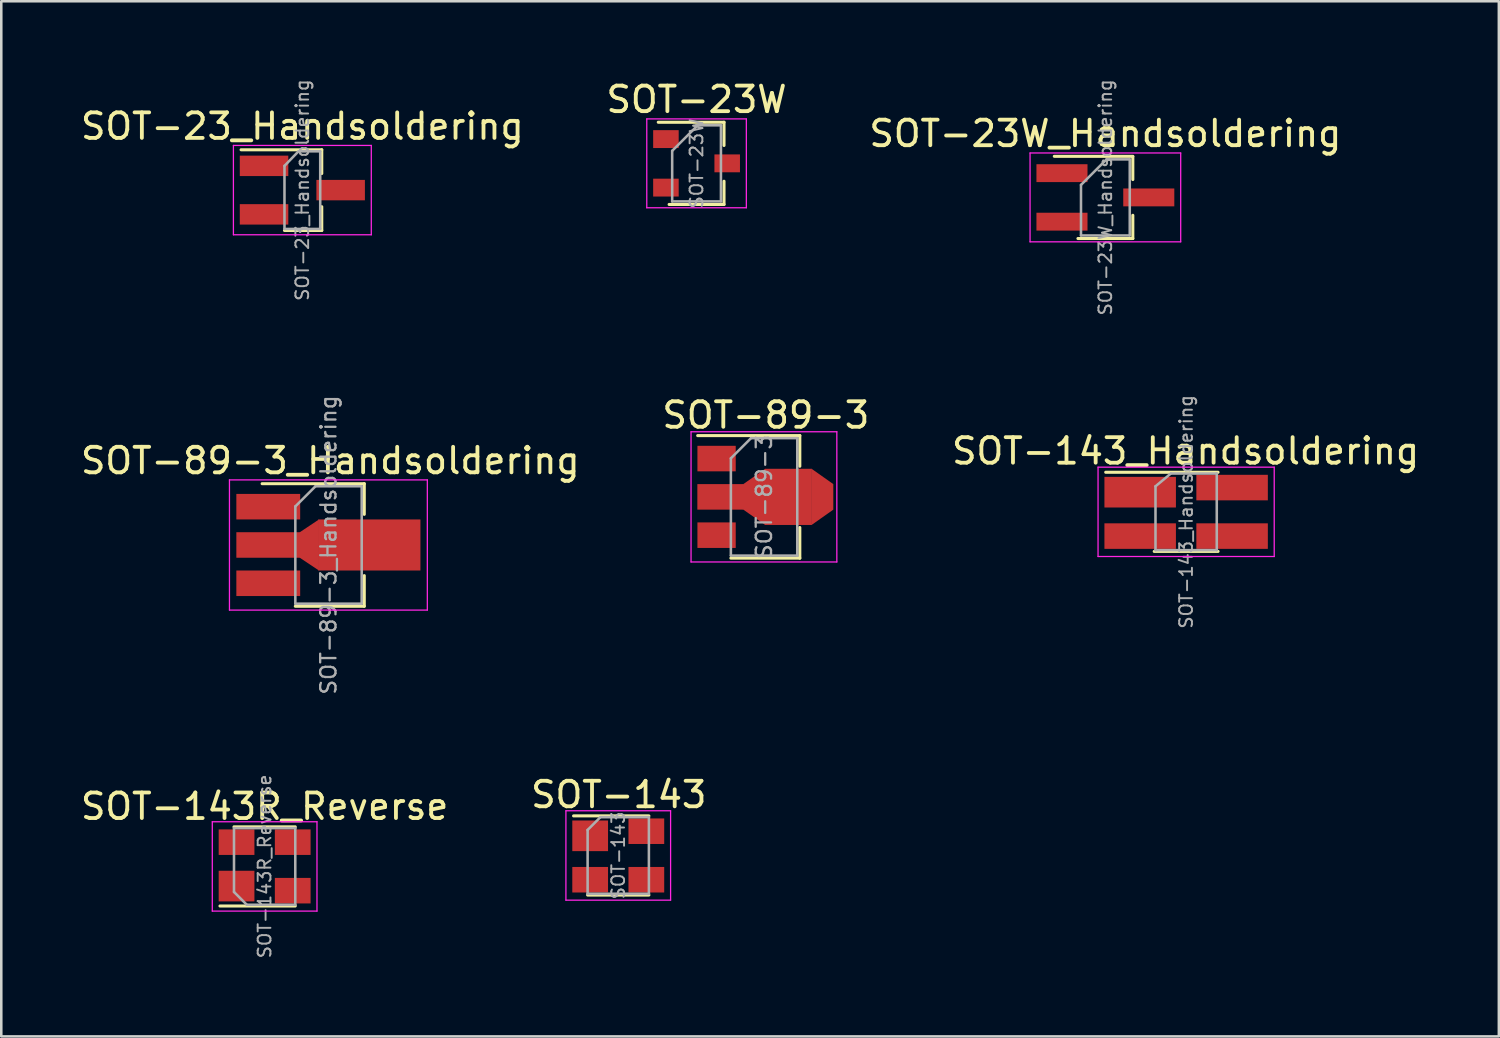
<source format=kicad_pcb>
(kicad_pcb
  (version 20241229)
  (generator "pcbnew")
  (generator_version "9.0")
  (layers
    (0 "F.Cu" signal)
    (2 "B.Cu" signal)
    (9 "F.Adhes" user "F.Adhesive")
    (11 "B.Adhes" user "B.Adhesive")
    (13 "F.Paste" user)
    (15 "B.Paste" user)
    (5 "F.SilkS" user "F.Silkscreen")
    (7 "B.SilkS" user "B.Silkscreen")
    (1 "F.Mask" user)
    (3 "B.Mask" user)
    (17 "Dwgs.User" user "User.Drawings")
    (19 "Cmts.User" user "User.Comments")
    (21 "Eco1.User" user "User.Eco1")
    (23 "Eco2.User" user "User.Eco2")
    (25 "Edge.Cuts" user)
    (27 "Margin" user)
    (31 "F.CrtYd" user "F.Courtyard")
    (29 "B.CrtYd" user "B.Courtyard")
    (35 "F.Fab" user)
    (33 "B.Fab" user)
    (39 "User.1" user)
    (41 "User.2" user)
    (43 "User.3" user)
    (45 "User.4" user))
  (footprint "SOT-143R_Reverse"
    (layer "F.Cu")
    (at 7.315 30.885)
    (property "Reference" "SOT-143R_Reverse" (at 0 -2.35 0) (layer "F.SilkS") (effects (font (size 1 1) (thickness 0.15))))
    (attr smd)
    (fp_line (start -1.2 -1.55) (end 1.2 -1.55) (stroke (width 0.12) (type solid)) (layer "F.SilkS"))
    (fp_line (start 1.2 1.55) (end -1.75 1.55) (stroke (width 0.12) (type solid)) (layer "F.SilkS"))
    (fp_line (start -2.05 1.75) (end -2.05 -1.75) (stroke (width 0.05) (type solid)) (layer "F.CrtYd"))
    (fp_line (start -2.05 1.75) (end 2.05 1.75) (stroke (width 0.05) (type solid)) (layer "F.CrtYd"))
    (fp_line (start 2.05 -1.75) (end -2.05 -1.75) (stroke (width 0.05) (type solid)) (layer "F.CrtYd"))
    (fp_line (start 2.05 -1.75) (end 2.05 1.75) (stroke (width 0.05) (type solid)) (layer "F.CrtYd"))
    (fp_line (start -1.2 -1.5) (end 1.2 -1.5) (stroke (width 0.1) (type solid)) (layer "F.Fab"))
    (fp_line (start -1.2 1) (end -1.2 -1.5) (stroke (width 0.1) (type solid)) (layer "F.Fab"))
    (fp_line (start -0.7 1.5) (end -1.2 1) (stroke (width 0.1) (type solid)) (layer "F.Fab"))
    (fp_line (start 1.2 -1.5) (end 1.2 1.5) (stroke (width 0.1) (type solid)) (layer "F.Fab"))
    (fp_line (start 1.2 1.5) (end -0.7 1.5) (stroke (width 0.1) (type solid)) (layer "F.Fab"))
    (fp_text user "${REFERENCE}" (at 0 0 90) (layer "F.Fab") (effects (font (size 0.5 0.5) (thickness 0.075))))
    (pad "1" smd rect (at -1.1 0.77 270) (size 1.2 1.4) (layers "F.Cu" "F.Mask" "F.Paste"))
    (pad "2" smd rect (at -1.1 -0.95 270) (size 1 1.4) (layers "F.Cu" "F.Mask" "F.Paste"))
    (pad "3" smd rect (at 1.1 -0.95 270) (size 1 1.4) (layers "F.Cu" "F.Mask" "F.Paste"))
    (pad "4" smd rect (at 1.1 0.95 270) (size 1 1.4) (layers "F.Cu" "F.Mask" "F.Paste")))
  (footprint "SOT-143"
    (layer "F.Cu")
    (at 21.165 30.456)
    (property "Reference" "SOT-143" (at 0.02 -2.38 0) (layer "F.SilkS") (effects (font (size 1 1) (thickness 0.15))))
    (attr smd)
    (fp_line (start -1.2 1.55) (end 1.2 1.55) (stroke (width 0.12) (type solid)) (layer "F.SilkS"))
    (fp_line (start 1.2 -1.55) (end -1.75 -1.55) (stroke (width 0.12) (type solid)) (layer "F.SilkS"))
    (fp_line (start -2.05 1.75) (end -2.05 -1.75) (stroke (width 0.05) (type solid)) (layer "F.CrtYd"))
    (fp_line (start -2.05 1.75) (end 2.05 1.75) (stroke (width 0.05) (type solid)) (layer "F.CrtYd"))
    (fp_line (start 2.05 -1.75) (end -2.05 -1.75) (stroke (width 0.05) (type solid)) (layer "F.CrtYd"))
    (fp_line (start 2.05 -1.75) (end 2.05 1.75) (stroke (width 0.05) (type solid)) (layer "F.CrtYd"))
    (fp_line (start -1.2 -1) (end -0.7 -1.5) (stroke (width 0.1) (type solid)) (layer "F.Fab"))
    (fp_line (start -1.2 1.5) (end -1.2 -1) (stroke (width 0.1) (type solid)) (layer "F.Fab"))
    (fp_line (start -0.7 -1.5) (end 1.2 -1.5) (stroke (width 0.1) (type solid)) (layer "F.Fab"))
    (fp_line (start 1.2 -1.5) (end 1.2 1.5) (stroke (width 0.1) (type solid)) (layer "F.Fab"))
    (fp_line (start 1.2 1.5) (end -1.2 1.5) (stroke (width 0.1) (type solid)) (layer "F.Fab"))
    (fp_text user "${REFERENCE}" (at 0 0 90) (layer "F.Fab") (effects (font (size 0.5 0.5) (thickness 0.075))))
    (pad "1" smd rect (at -1.1 -0.77 270) (size 1.2 1.4) (layers "F.Cu" "F.Mask" "F.Paste"))
    (pad "2" smd rect (at -1.1 0.95 270) (size 1 1.4) (layers "F.Cu" "F.Mask" "F.Paste"))
    (pad "3" smd rect (at 1.1 0.95 270) (size 1 1.4) (layers "F.Cu" "F.Mask" "F.Paste"))
    (pad "4" smd rect (at 1.1 -0.95 270) (size 1 1.4) (layers "F.Cu" "F.Mask" "F.Paste")))
  (footprint "SOT-23W_Handsoldering"
    (layer "F.Cu")
    (at 40.244 4.682)
    (property "Reference" "SOT-23W_Handsoldering" (at 0 -2.5 0) (layer "F.SilkS") (effects (font (size 1 1) (thickness 0.15))))
    (attr smd)
    (fp_line (start -2 -1.61) (end 1.075 -1.61) (stroke (width 0.12) (type solid)) (layer "F.SilkS"))
    (fp_line (start -1.075 1.61) (end 1.075 1.61) (stroke (width 0.12) (type solid)) (layer "F.SilkS"))
    (fp_line (start 1.075 -1.6) (end 1.075 -0.7) (stroke (width 0.12) (type solid)) (layer "F.SilkS"))
    (fp_line (start 1.075 0.7) (end 1.075 1.61) (stroke (width 0.12) (type solid)) (layer "F.SilkS"))
    (fp_line (start -2.95 -1.74) (end 2.95 -1.74) (stroke (width 0.05) (type solid)) (layer "F.CrtYd"))
    (fp_line (start -2.95 1.74) (end -2.95 -1.74) (stroke (width 0.05) (type solid)) (layer "F.CrtYd"))
    (fp_line (start 2.95 -1.74) (end 2.95 1.74) (stroke (width 0.05) (type solid)) (layer "F.CrtYd"))
    (fp_line (start 2.95 1.74) (end -2.95 1.74) (stroke (width 0.05) (type solid)) (layer "F.CrtYd"))
    (fp_line (start -0.955 -0.49) (end -0.955 1.49) (stroke (width 0.1) (type solid)) (layer "F.Fab"))
    (fp_line (start -0.955 -0.49) (end 0.045 -1.49) (stroke (width 0.1) (type solid)) (layer "F.Fab"))
    (fp_line (start -0.955 1.49) (end 0.955 1.49) (stroke (width 0.1) (type solid)) (layer "F.Fab"))
    (fp_line (start 0.045 -1.49) (end 0.955 -1.49) (stroke (width 0.1) (type solid)) (layer "F.Fab"))
    (fp_line (start 0.955 -1.49) (end 0.955 1.49) (stroke (width 0.1) (type solid)) (layer "F.Fab"))
    (fp_text user "${REFERENCE}" (at 0 0 90) (layer "F.Fab") (effects (font (size 0.5 0.5) (thickness 0.075))))
    (pad "1" smd rect (at -1.7 -0.95) (size 2 0.7) (layers "F.Cu" "F.Mask" "F.Paste"))
    (pad "2" smd rect (at -1.7 0.95) (size 2 0.7) (layers "F.Cu" "F.Mask" "F.Paste"))
    (pad "3" smd rect (at 1.7 0) (size 2 0.7) (layers "F.Cu" "F.Mask" "F.Paste")))
  (footprint "SOT-23W"
    (layer "F.Cu")
    (at 24.232 3.348)
    (property "Reference" "SOT-23W" (at 0 -2.5 0) (layer "F.SilkS") (effects (font (size 1 1) (thickness 0.15))))
    (attr smd)
    (fp_line (start -1.5 -1.61) (end 1.075 -1.61) (stroke (width 0.12) (type solid)) (layer "F.SilkS"))
    (fp_line (start -1.075 1.61) (end 1.075 1.61) (stroke (width 0.12) (type solid)) (layer "F.SilkS"))
    (fp_line (start 1.075 -1.61) (end 1.075 -0.7) (stroke (width 0.12) (type solid)) (layer "F.SilkS"))
    (fp_line (start 1.075 0.7) (end 1.075 1.61) (stroke (width 0.12) (type solid)) (layer "F.SilkS"))
    (fp_line (start -1.95 -1.74) (end 1.95 -1.74) (stroke (width 0.05) (type solid)) (layer "F.CrtYd"))
    (fp_line (start -1.95 1.74) (end -1.95 -1.74) (stroke (width 0.05) (type solid)) (layer "F.CrtYd"))
    (fp_line (start 1.95 -1.74) (end 1.95 1.74) (stroke (width 0.05) (type solid)) (layer "F.CrtYd"))
    (fp_line (start 1.95 1.74) (end -1.95 1.74) (stroke (width 0.05) (type solid)) (layer "F.CrtYd"))
    (fp_line (start -0.955 -0.49) (end -0.955 1.49) (stroke (width 0.1) (type solid)) (layer "F.Fab"))
    (fp_line (start -0.955 -0.49) (end 0.045 -1.49) (stroke (width 0.1) (type solid)) (layer "F.Fab"))
    (fp_line (start -0.955 1.49) (end 0.955 1.49) (stroke (width 0.1) (type solid)) (layer "F.Fab"))
    (fp_line (start 0.045 -1.49) (end 0.955 -1.49) (stroke (width 0.1) (type solid)) (layer "F.Fab"))
    (fp_line (start 0.955 -1.49) (end 0.955 1.49) (stroke (width 0.1) (type solid)) (layer "F.Fab"))
    (fp_text user "${REFERENCE}" (at 0 0 90) (layer "F.Fab") (effects (font (size 0.5 0.5) (thickness 0.075))))
    (pad "1" smd rect (at -1.2 -0.95) (size 1 0.7) (layers "F.Cu" "F.Mask" "F.Paste"))
    (pad "2" smd rect (at -1.2 0.95) (size 1 0.7) (layers "F.Cu" "F.Mask" "F.Paste"))
    (pad "3" smd rect (at 1.2 0) (size 1 0.7) (layers "F.Cu" "F.Mask" "F.Paste")))
  (footprint "SOT-143_Handsoldering"
    (layer "F.Cu")
    (at 43.407 16.997)
    (property "Reference" "SOT-143_Handsoldering" (at -0.02 -2.38 0) (layer "F.SilkS") (effects (font (size 1 1) (thickness 0.15))))
    (attr smd)
    (fp_line (start 1.25 -1.55) (end -3.15 -1.55) (stroke (width 0.12) (type solid)) (layer "F.SilkS"))
    (fp_line (start 1.25 1.55) (end -1.25 1.55) (stroke (width 0.12) (type solid)) (layer "F.SilkS"))
    (fp_line (start -3.45 1.75) (end -3.45 -1.75) (stroke (width 0.05) (type solid)) (layer "F.CrtYd"))
    (fp_line (start -3.45 1.75) (end 3.45 1.75) (stroke (width 0.05) (type solid)) (layer "F.CrtYd"))
    (fp_line (start 3.45 -1.75) (end -3.45 -1.75) (stroke (width 0.05) (type solid)) (layer "F.CrtYd"))
    (fp_line (start 3.45 -1.75) (end 3.45 1.75) (stroke (width 0.05) (type solid)) (layer "F.CrtYd"))
    (fp_line (start -1.2 1.5) (end -1.2 -1) (stroke (width 0.1) (type solid)) (layer "F.Fab"))
    (fp_line (start -0.6 -1.5) (end -1.2 -1) (stroke (width 0.1) (type solid)) (layer "F.Fab"))
    (fp_line (start -0.6 -1.5) (end 1.2 -1.5) (stroke (width 0.1) (type solid)) (layer "F.Fab"))
    (fp_line (start 1.2 -1.5) (end 1.2 1.5) (stroke (width 0.1) (type solid)) (layer "F.Fab"))
    (fp_line (start 1.2 1.5) (end -1.2 1.5) (stroke (width 0.1) (type solid)) (layer "F.Fab"))
    (fp_text user "${REFERENCE}" (at 0 0 90) (layer "F.Fab") (effects (font (size 0.5 0.5) (thickness 0.075))))
    (pad "1" smd rect (at -1.8 -0.77 270) (size 1.2 2.8) (layers "F.Cu" "F.Mask" "F.Paste"))
    (pad "2" smd rect (at -1.8 0.95 270) (size 1 2.8) (layers "F.Cu" "F.Mask" "F.Paste"))
    (pad "3" smd rect (at 1.8 0.95 270) (size 1 2.8) (layers "F.Cu" "F.Mask" "F.Paste"))
    (pad "4" smd trapezoid (at 1.8 -0.95 270) (size 1 2.8) (layers "F.Cu" "F.Mask" "F.Paste")))
  (footprint "SOT-89-3_Handsoldering"
    (layer "F.Cu")
    (at 9.437 18.295)
    (property "Reference" "SOT-89-3_Handsoldering" (at 0.45 -3.3 0) (layer "F.SilkS") (effects (font (size 1 1) (thickness 0.15))))
    (attr smd)
    (fp_line (start -2.22 -2.4) (end 1.78 -2.4) (stroke (width 0.12) (type solid)) (layer "F.SilkS"))
    (fp_line (start 1.78 -2.4) (end 1.78 -1.2) (stroke (width 0.12) (type solid)) (layer "F.SilkS"))
    (fp_line (start 1.78 1.2) (end 1.78 2.4) (stroke (width 0.12) (type solid)) (layer "F.SilkS"))
    (fp_line (start 1.78 2.4) (end -0.92 2.4) (stroke (width 0.12) (type solid)) (layer "F.SilkS"))
    (fp_line (start -3.5 -2.55) (end -3.5 2.55) (stroke (width 0.05) (type solid)) (layer "F.CrtYd"))
    (fp_line (start -3.5 2.55) (end 4.25 2.55) (stroke (width 0.05) (type solid)) (layer "F.CrtYd"))
    (fp_line (start 4.25 -2.55) (end -3.5 -2.55) (stroke (width 0.05) (type solid)) (layer "F.CrtYd"))
    (fp_line (start 4.25 2.55) (end 4.25 -2.55) (stroke (width 0.05) (type solid)) (layer "F.CrtYd"))
    (fp_line (start -0.92 -1.51) (end -0.13 -2.3) (stroke (width 0.1) (type solid)) (layer "F.Fab"))
    (fp_line (start -0.92 2.3) (end -0.92 -1.51) (stroke (width 0.1) (type solid)) (layer "F.Fab"))
    (fp_line (start -0.13 -2.3) (end 1.68 -2.3) (stroke (width 0.1) (type solid)) (layer "F.Fab"))
    (fp_line (start 1.68 -2.3) (end 1.68 2.3) (stroke (width 0.1) (type solid)) (layer "F.Fab"))
    (fp_line (start 1.68 2.3) (end -0.92 2.3) (stroke (width 0.1) (type solid)) (layer "F.Fab"))
    (fp_text user "${REFERENCE}" (at 0.38 0 90) (layer "F.Fab") (effects (font (size 0.6 0.6) (thickness 0.09))))
    (pad "1" smd rect (at -1.98 -1.5 270) (size 1 2.5) (layers "F.Cu" "F.Mask" "F.Paste"))
    (pad "2" smd rect (at -1.98 0 270) (size 1 2.5) (layers "F.Cu" "F.Mask" "F.Paste"))
    (pad "2" smd trapezoid (at -0.37 0 90) (size 1.5 0.75) (rect_delta 0 0.5) (layers "F.Cu" "F.Mask" "F.Paste"))
    (pad "2" smd rect (at 1.98 0 270) (size 2 4) (layers "F.Cu" "F.Mask" "F.Paste"))
    (pad "3" smd rect (at -1.98 1.5 270) (size 1 2.5) (layers "F.Cu" "F.Mask" "F.Paste")))
  (footprint "SOT-23_Handsoldering"
    (layer "F.Cu")
    (at 8.792 4.396)
    (property "Reference" "SOT-23_Handsoldering" (at 0 -2.5 0) (layer "F.SilkS") (effects (font (size 1 1) (thickness 0.15))))
    (attr smd)
    (fp_line (start 0.76 -1.58) (end -2.4 -1.58) (stroke (width 0.12) (type solid)) (layer "F.SilkS"))
    (fp_line (start 0.76 -1.58) (end 0.76 -0.65) (stroke (width 0.12) (type solid)) (layer "F.SilkS"))
    (fp_line (start 0.76 1.58) (end -0.7 1.58) (stroke (width 0.12) (type solid)) (layer "F.SilkS"))
    (fp_line (start 0.76 1.58) (end 0.76 0.65) (stroke (width 0.12) (type solid)) (layer "F.SilkS"))
    (fp_line (start -2.7 -1.75) (end 2.7 -1.75) (stroke (width 0.05) (type solid)) (layer "F.CrtYd"))
    (fp_line (start -2.7 1.75) (end -2.7 -1.75) (stroke (width 0.05) (type solid)) (layer "F.CrtYd"))
    (fp_line (start 2.7 -1.75) (end 2.7 1.75) (stroke (width 0.05) (type solid)) (layer "F.CrtYd"))
    (fp_line (start 2.7 1.75) (end -2.7 1.75) (stroke (width 0.05) (type solid)) (layer "F.CrtYd"))
    (fp_line (start -0.7 -0.95) (end -0.7 1.5) (stroke (width 0.1) (type solid)) (layer "F.Fab"))
    (fp_line (start -0.7 -0.95) (end -0.15 -1.52) (stroke (width 0.1) (type solid)) (layer "F.Fab"))
    (fp_line (start -0.7 1.52) (end 0.7 1.52) (stroke (width 0.1) (type solid)) (layer "F.Fab"))
    (fp_line (start -0.15 -1.52) (end 0.7 -1.52) (stroke (width 0.1) (type solid)) (layer "F.Fab"))
    (fp_line (start 0.7 -1.52) (end 0.7 1.52) (stroke (width 0.1) (type solid)) (layer "F.Fab"))
    (fp_text user "${REFERENCE}" (at 0 0 90) (layer "F.Fab") (effects (font (size 0.5 0.5) (thickness 0.075))))
    (pad "1" smd rect (at -1.5 -0.95) (size 1.9 0.8) (layers "F.Cu" "F.Mask" "F.Paste"))
    (pad "2" smd rect (at -1.5 0.95) (size 1.9 0.8) (layers "F.Cu" "F.Mask" "F.Paste"))
    (pad "3" smd rect (at 1.5 0) (size 1.9 0.8) (layers "F.Cu" "F.Mask" "F.Paste")))
  (footprint "SOT-89-3"
    (layer "F.Cu")
    (at 26.496 16.411)
    (property "Reference" "SOT-89-3" (at 0.45 -3.2 0) (layer "F.SilkS") (effects (font (size 1 1) (thickness 0.15))))
    (attr smd)
    (fp_line (start -2.22 -2.4) (end 1.78 -2.4) (stroke (width 0.12) (type solid)) (layer "F.SilkS"))
    (fp_line (start 1.78 -2.4) (end 1.78 -1.2) (stroke (width 0.12) (type solid)) (layer "F.SilkS"))
    (fp_line (start 1.78 1.2) (end 1.78 2.4) (stroke (width 0.12) (type solid)) (layer "F.SilkS"))
    (fp_line (start 1.78 2.4) (end -0.92 2.4) (stroke (width 0.12) (type solid)) (layer "F.SilkS"))
    (fp_line (start -2.48 2.55) (end -2.48 -2.55) (stroke (width 0.05) (type solid)) (layer "F.CrtYd"))
    (fp_line (start -2.48 2.55) (end 3.23 2.55) (stroke (width 0.05) (type solid)) (layer "F.CrtYd"))
    (fp_line (start 3.23 -2.55) (end -2.48 -2.55) (stroke (width 0.05) (type solid)) (layer "F.CrtYd"))
    (fp_line (start 3.23 -2.55) (end 3.23 2.55) (stroke (width 0.05) (type solid)) (layer "F.CrtYd"))
    (fp_line (start -0.92 -1.51) (end -0.13 -2.3) (stroke (width 0.1) (type solid)) (layer "F.Fab"))
    (fp_line (start -0.92 2.3) (end -0.92 -1.51) (stroke (width 0.1) (type solid)) (layer "F.Fab"))
    (fp_line (start -0.13 -2.3) (end 1.68 -2.3) (stroke (width 0.1) (type solid)) (layer "F.Fab"))
    (fp_line (start 1.68 -2.3) (end 1.68 2.3) (stroke (width 0.1) (type solid)) (layer "F.Fab"))
    (fp_line (start 1.68 2.3) (end -0.92 2.3) (stroke (width 0.1) (type solid)) (layer "F.Fab"))
    (fp_text user "${REFERENCE}" (at 0.38 0 90) (layer "F.Fab") (effects (font (size 0.6 0.6) (thickness 0.09))))
    (pad "1" smd rect (at -1.48 -1.5 270) (size 1 1.5) (layers "F.Cu" "F.Mask" "F.Paste"))
    (pad "2" smd rect (at -1.333 0 270) (size 1 1.8) (layers "F.Cu" "F.Mask" "F.Paste"))
    (pad "2" smd trapezoid (at -0.076 0 90) (size 1.5 1) (rect_delta 0 0.7) (layers "F.Cu" "F.Mask" "F.Paste"))
    (pad "2" smd rect (at 1.333 0 270) (size 2.2 1.84) (layers "F.Cu" "F.Mask" "F.Paste"))
    (pad "2" smd trapezoid (at 2.667 0 270) (size 1.6 0.85) (rect_delta 0 0.6) (layers "F.Cu" "F.Mask" "F.Paste"))
    (pad "3" smd rect (at -1.48 1.5 270) (size 1 1.5) (layers "F.Cu" "F.Mask" "F.Paste")))
  (gr_rect
    (start -3 -3)
    (end 55.655 37.543)
    (stroke (width 0.1) (type default))
    (fill no)
    (layer "Edge.Cuts")))
</source>
